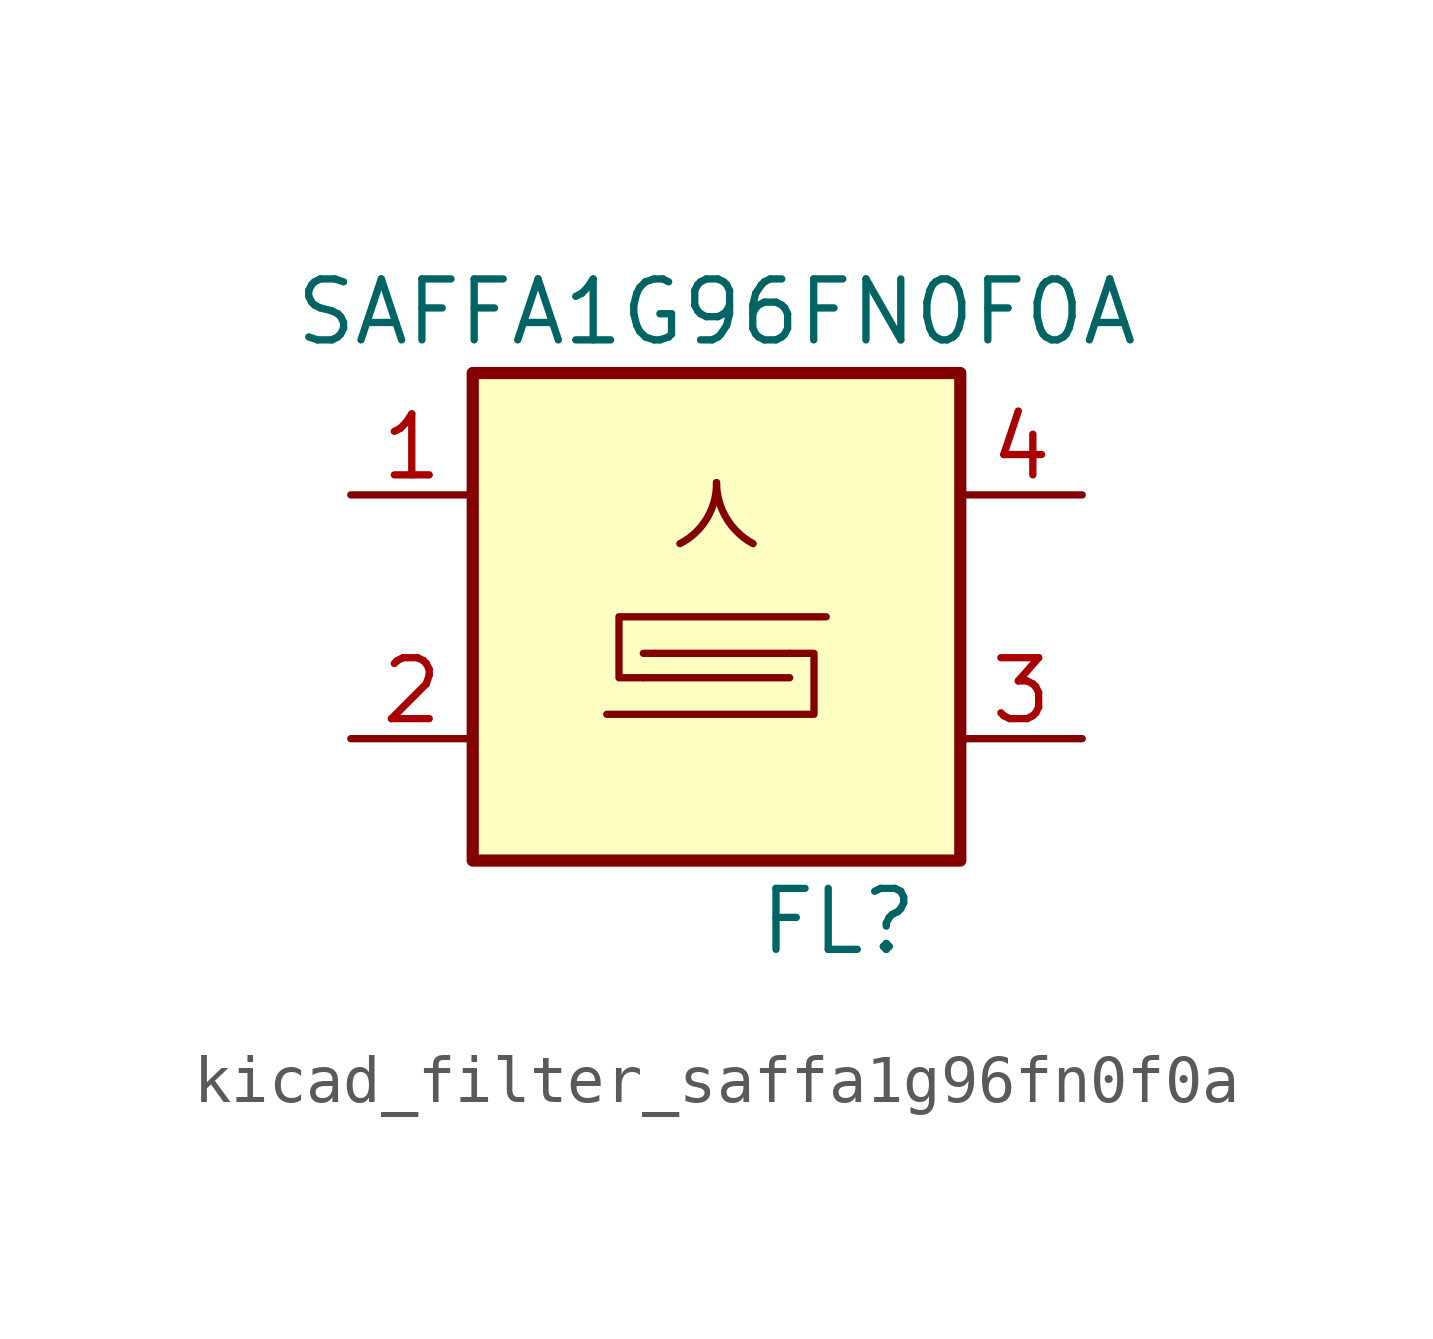
<source format=kicad_sym>
(kicad_symbol_lib
  (version 20220914)
  (generator kicad_symbol_editor)
  (symbol "kicad_filter_saffa1g96fn0f0a"
    (pin_names
      (offset 1.016))
    (property "Reference" "FL"
      (at 2.54 -6.35 0)
      (effects (font (size 1.27 1.27))))
    (property "Value" "SAFFA1G96FN0F0A"
      (at 0 6.35 0)
      (effects (font (size 1.27 1.27))))
    (symbol "kicad_filter_saffa1g96fn0f0a_0_1"
      (rectangle (start -5.08 5.08) (end 5.08 -5.08) (stroke (width 0.254) (type default)) (fill (type background)))
      (arc (start -0.762 1.524) (mid -0.1988 2.0511) (end 0 2.794) (stroke (width 0) (type default)) (fill (type none)))
      (polyline (pts (xy -1.524 -0.762) (xy -1.27 -0.762)) (stroke (width 0) (type default)) (fill (type none)))
      (polyline (pts (xy 1.524 -1.27) (xy -1.524 -1.27)) (stroke (width 0) (type default)) (fill (type none)))
      (polyline (pts (xy 1.524 -0.762) (xy -1.27 -0.762)) (stroke (width 0) (type default)) (fill (type none)))
      (polyline (pts (xy -1.524 -1.27) (xy -2.032 -1.27) (xy -2.032 0) (xy 2.286 0)) (stroke (width 0) (type default)) (fill (type none)))
      (polyline (pts (xy 1.524 -0.762) (xy 2.032 -0.762) (xy 2.032 -2.032) (xy -2.286 -2.032)) (stroke (width 0) (type default)) (fill (type none)))
      (arc (start 0 2.794) (mid 0.2065 2.0558) (end 0.762 1.524) (stroke (width 0) (type default)) (fill (type none))))
    (symbol "kicad_filter_saffa1g96fn0f0a_1_1"
      (pin passive line (at -7.62 2.54 0) (length 2.54) (name "~" (effects (font (size 1.27 1.27)))) (number "1" (effects (font (size 1.27 1.27)))))
      (pin passive line (at -7.62 -2.54 0) (length 2.54) (name "~" (effects (font (size 1.27 1.27)))) (number "2" (effects (font (size 1.27 1.27)))))
      (pin passive line (at 7.62 -2.54 180) (length 2.54) (name "~" (effects (font (size 1.27 1.27)))) (number "3" (effects (font (size 1.27 1.27)))))
      (pin passive line (at 7.62 2.54 180) (length 2.54) (name "~" (effects (font (size 1.27 1.27)))) (number "4" (effects (font (size 1.27 1.27)))))
      (pin passive line (at -7.62 -2.54 0) (length 2.54) hide (name "~" (effects (font (size 1.27 1.27)))) (number "5" (effects (font (size 1.27 1.27))))))))
</source>
